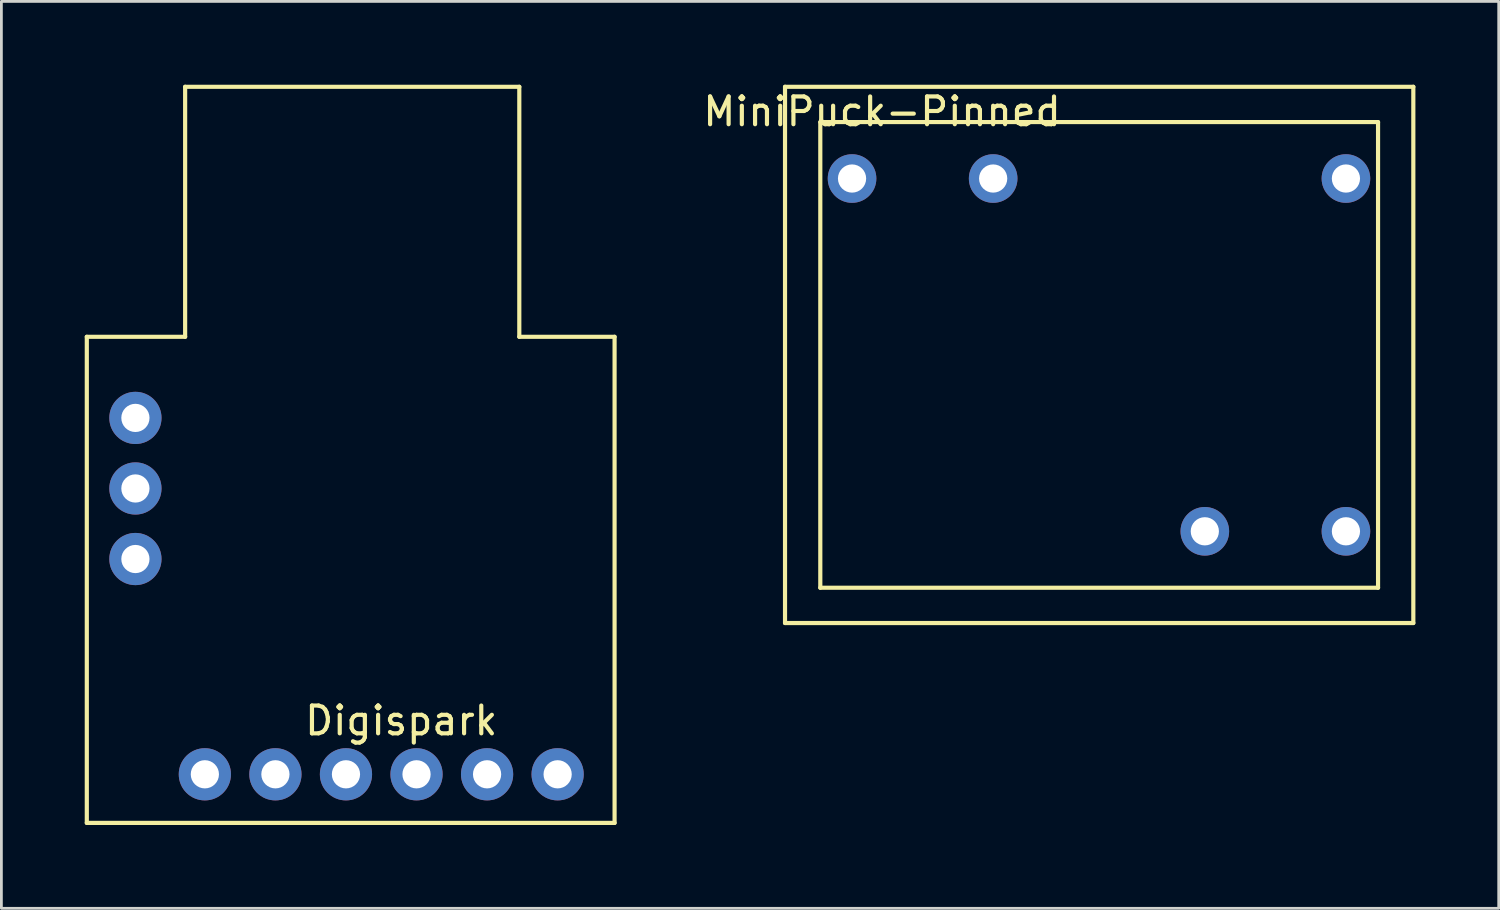
<source format=kicad_pcb>
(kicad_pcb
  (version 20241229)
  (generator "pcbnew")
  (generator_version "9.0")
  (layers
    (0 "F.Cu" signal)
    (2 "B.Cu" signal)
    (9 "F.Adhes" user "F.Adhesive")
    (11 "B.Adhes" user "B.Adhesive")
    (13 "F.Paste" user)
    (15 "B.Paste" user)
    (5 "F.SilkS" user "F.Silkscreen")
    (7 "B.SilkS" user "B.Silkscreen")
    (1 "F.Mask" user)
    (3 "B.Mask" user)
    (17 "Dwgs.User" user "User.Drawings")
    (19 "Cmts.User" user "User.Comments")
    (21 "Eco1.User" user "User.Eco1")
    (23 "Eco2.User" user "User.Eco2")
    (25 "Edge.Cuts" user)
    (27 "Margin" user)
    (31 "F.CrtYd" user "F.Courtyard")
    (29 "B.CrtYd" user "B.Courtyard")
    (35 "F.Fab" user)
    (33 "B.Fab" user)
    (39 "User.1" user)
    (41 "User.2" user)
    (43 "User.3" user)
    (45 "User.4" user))
  (footprint "MiniPuck-Pinned"
    (layer "F.Cu")
    (at 27.624 3.377)
    (property "Reference" "MiniPuck-Pinned" (at 1.08 -2.41 0) (layer "F.SilkS") (effects (font (size 1 1) (thickness 0.15))))
    (attr through_hole)
    (fp_line (start -2.413 -3.302) (end -2.413 16.002) (stroke (width 0.15) (type solid)) (layer "F.SilkS"))
    (fp_line (start -2.413 -3.302) (end 20.206 -3.302) (stroke (width 0.15) (type solid)) (layer "F.SilkS"))
    (fp_line (start -1.143 -2.032) (end -1.143 14.732) (stroke (width 0.15) (type solid)) (layer "F.SilkS"))
    (fp_line (start -1.143 -2.032) (end 18.936 -2.032) (stroke (width 0.15) (type solid)) (layer "F.SilkS"))
    (fp_line (start 18.936 -2.032) (end 18.936 14.732) (stroke (width 0.15) (type solid)) (layer "F.SilkS"))
    (fp_line (start 18.936 14.732) (end -1.143 14.732) (stroke (width 0.15) (type solid)) (layer "F.SilkS"))
    (fp_line (start 20.206 -3.302) (end 20.206 16.002) (stroke (width 0.15) (type solid)) (layer "F.SilkS"))
    (fp_line (start 20.206 16.002) (end -2.413 16.002) (stroke (width 0.15) (type solid)) (layer "F.SilkS"))
    (pad "1" thru_hole circle (at 0 0) (size 1.75 1.75) (drill 1.016) (layers "*.Cu" "*.Mask"))
    (pad "2" thru_hole circle (at 5.08 0) (size 1.75 1.75) (drill 1.016) (layers "*.Cu" "*.Mask"))
    (pad "3" thru_hole circle (at 17.78 0) (size 1.75 1.75) (drill 1.016) (layers "*.Cu" "*.Mask"))
    (pad "4" thru_hole circle (at 12.7 12.7) (size 1.75 1.75) (drill 1.016) (layers "*.Cu" "*.Mask"))
    (pad "5" thru_hole circle (at 17.78 12.7) (size 1.75 1.75) (drill 1.016) (layers "*.Cu" "*.Mask")))
  (footprint "Digispark"
    (layer "F.Cu")
    (at 10.675 24.825)
    (property "Reference" "Digispark" (at 0.72 -1.93 0) (layer "F.SilkS") (effects (font (size 1 1) (thickness 0.15))))
    (attr through_hole)
    (fp_line (start -10.6 -15.75) (end -10.6 1.75) (stroke (width 0.15) (type solid)) (layer "F.SilkS"))
    (fp_line (start -10.6 1.75) (end 8.4 1.75) (stroke (width 0.15) (type solid)) (layer "F.SilkS"))
    (fp_line (start -7.06 -24.75) (end -7.06 -15.75) (stroke (width 0.15) (type solid)) (layer "F.SilkS"))
    (fp_line (start -7.06 -15.75) (end -10.6 -15.75) (stroke (width 0.15) (type solid)) (layer "F.SilkS"))
    (fp_line (start 4.97 -24.75) (end -7.06 -24.75) (stroke (width 0.15) (type solid)) (layer "F.SilkS"))
    (fp_line (start 4.97 -24.75) (end 4.97 -15.75) (stroke (width 0.15) (type solid)) (layer "F.SilkS"))
    (fp_line (start 4.97 -15.75) (end 8.4 -15.75) (stroke (width 0.15) (type solid)) (layer "F.SilkS"))
    (fp_line (start 8.4 -15.75) (end 8.4 1.75) (stroke (width 0.15) (type solid)) (layer "F.SilkS"))
    (pad "1" thru_hole circle (at -6.35 0) (size 1.88 1.88) (drill 1.016) (layers "*.Cu" "*.Mask"))
    (pad "2" thru_hole circle (at -3.81 0) (size 1.88 1.88) (drill 1.016) (layers "*.Cu" "*.Mask"))
    (pad "3" thru_hole circle (at -1.27 0) (size 1.88 1.88) (drill 1.016) (layers "*.Cu" "*.Mask"))
    (pad "4" thru_hole circle (at 1.27 0) (size 1.88 1.88) (drill 1.016) (layers "*.Cu" "*.Mask"))
    (pad "5" thru_hole circle (at 3.81 0) (size 1.88 1.88) (drill 1.016) (layers "*.Cu" "*.Mask"))
    (pad "6" thru_hole circle (at 6.35 0) (size 1.88 1.88) (drill 1.016) (layers "*.Cu" "*.Mask"))
    (pad "7" thru_hole circle (at -8.85 -7.75) (size 1.88 1.88) (drill 1.016) (layers "*.Cu" "*.Mask"))
    (pad "8" thru_hole circle (at -8.85 -10.29) (size 1.88 1.88) (drill 1.016) (layers "*.Cu" "*.Mask"))
    (pad "9" thru_hole circle (at -8.85 -12.83) (size 1.88 1.88) (drill 1.016) (layers "*.Cu" "*.Mask")))
  (gr_rect
    (start -3 -3)
    (end 50.904 29.65)
    (stroke (width 0.1) (type default))
    (fill no)
    (layer "Edge.Cuts")))
</source>
